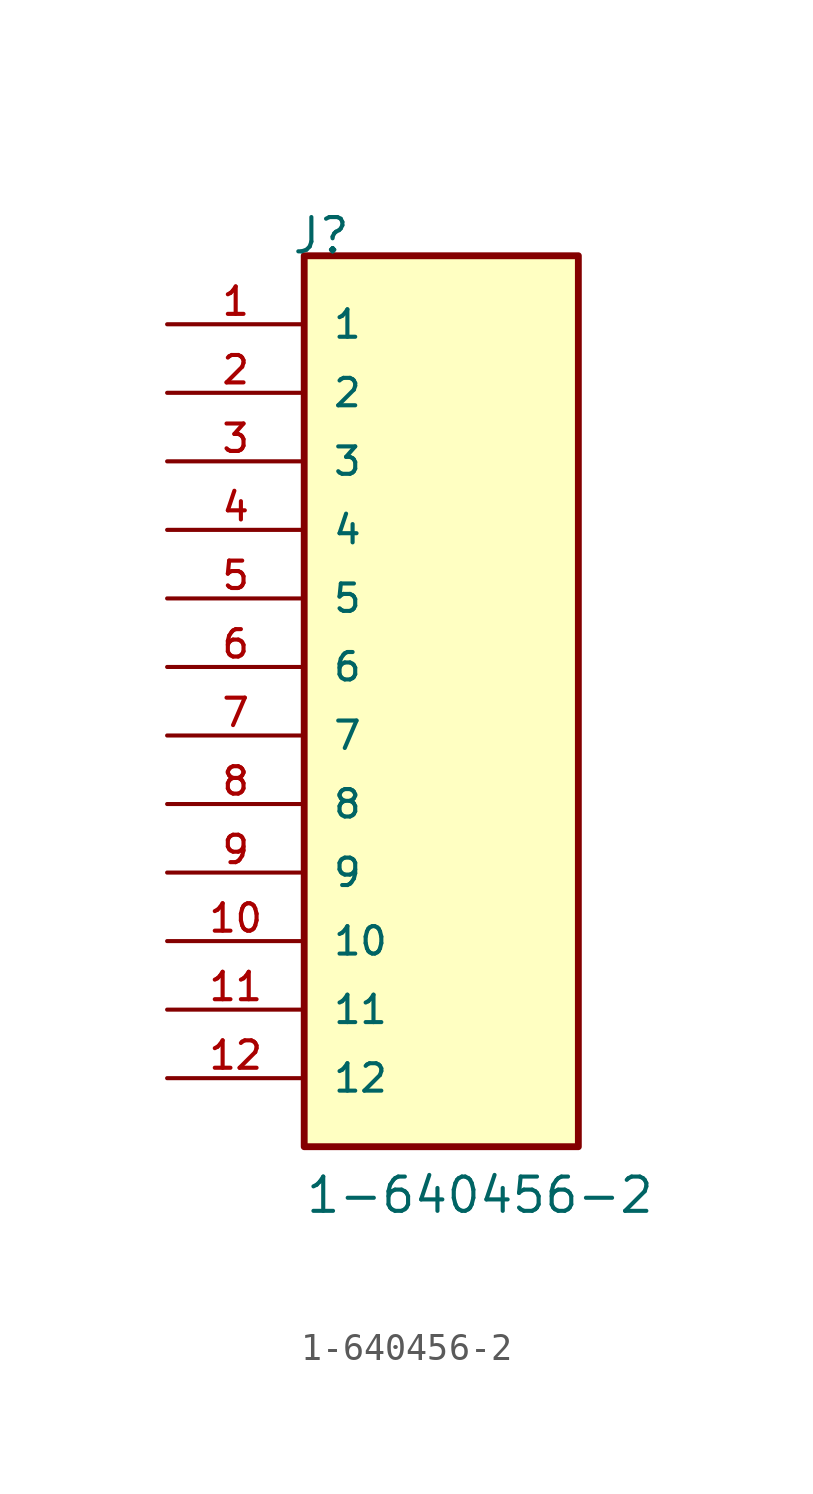
<source format=kicad_sym>
(kicad_symbol_lib
  (version 20211014)
  (generator kicad_symbol_editor)
  (symbol "1-640456-2"
    (pin_names
      (offset 1.016))
    (property "Reference" "J"
      (at -5.58 17.78 0)
      (effects (font (size 1.27 1.27)) (justify bottom left)))
    (property "Value" "1-640456-2"
      (at -5.08 -17.78 0)
      (effects (font (size 1.27 1.27)) (justify bottom left)))
    (symbol "1-640456-2_0_0"
      (rectangle (start -5.08 -15.24) (end 5.08 17.78) (stroke (width 0.254)) (fill (type background)))
      (pin passive line (at -10.16 15.24 0) (length 5.08) (name "1" (effects (font (size 1.016 1.016)))) (number "1" (effects (font (size 1.016 1.016)))))
      (pin passive line (at -10.16 12.7 0) (length 5.08) (name "2" (effects (font (size 1.016 1.016)))) (number "2" (effects (font (size 1.016 1.016)))))
      (pin passive line (at -10.16 10.16 0) (length 5.08) (name "3" (effects (font (size 1.016 1.016)))) (number "3" (effects (font (size 1.016 1.016)))))
      (pin passive line (at -10.16 7.62 0) (length 5.08) (name "4" (effects (font (size 1.016 1.016)))) (number "4" (effects (font (size 1.016 1.016)))))
      (pin passive line (at -10.16 5.08 0) (length 5.08) (name "5" (effects (font (size 1.016 1.016)))) (number "5" (effects (font (size 1.016 1.016)))))
      (pin passive line (at -10.16 2.54 0) (length 5.08) (name "6" (effects (font (size 1.016 1.016)))) (number "6" (effects (font (size 1.016 1.016)))))
      (pin passive line (at -10.16 0.0 0) (length 5.08) (name "7" (effects (font (size 1.016 1.016)))) (number "7" (effects (font (size 1.016 1.016)))))
      (pin passive line (at -10.16 -2.54 0) (length 5.08) (name "8" (effects (font (size 1.016 1.016)))) (number "8" (effects (font (size 1.016 1.016)))))
      (pin passive line (at -10.16 -5.08 0) (length 5.08) (name "9" (effects (font (size 1.016 1.016)))) (number "9" (effects (font (size 1.016 1.016)))))
      (pin passive line (at -10.16 -7.62 0) (length 5.08) (name "10" (effects (font (size 1.016 1.016)))) (number "10" (effects (font (size 1.016 1.016)))))
      (pin passive line (at -10.16 -10.16 0) (length 5.08) (name "11" (effects (font (size 1.016 1.016)))) (number "11" (effects (font (size 1.016 1.016)))))
      (pin passive line (at -10.16 -12.7 0) (length 5.08) (name "12" (effects (font (size 1.016 1.016)))) (number "12" (effects (font (size 1.016 1.016))))))))
</source>
